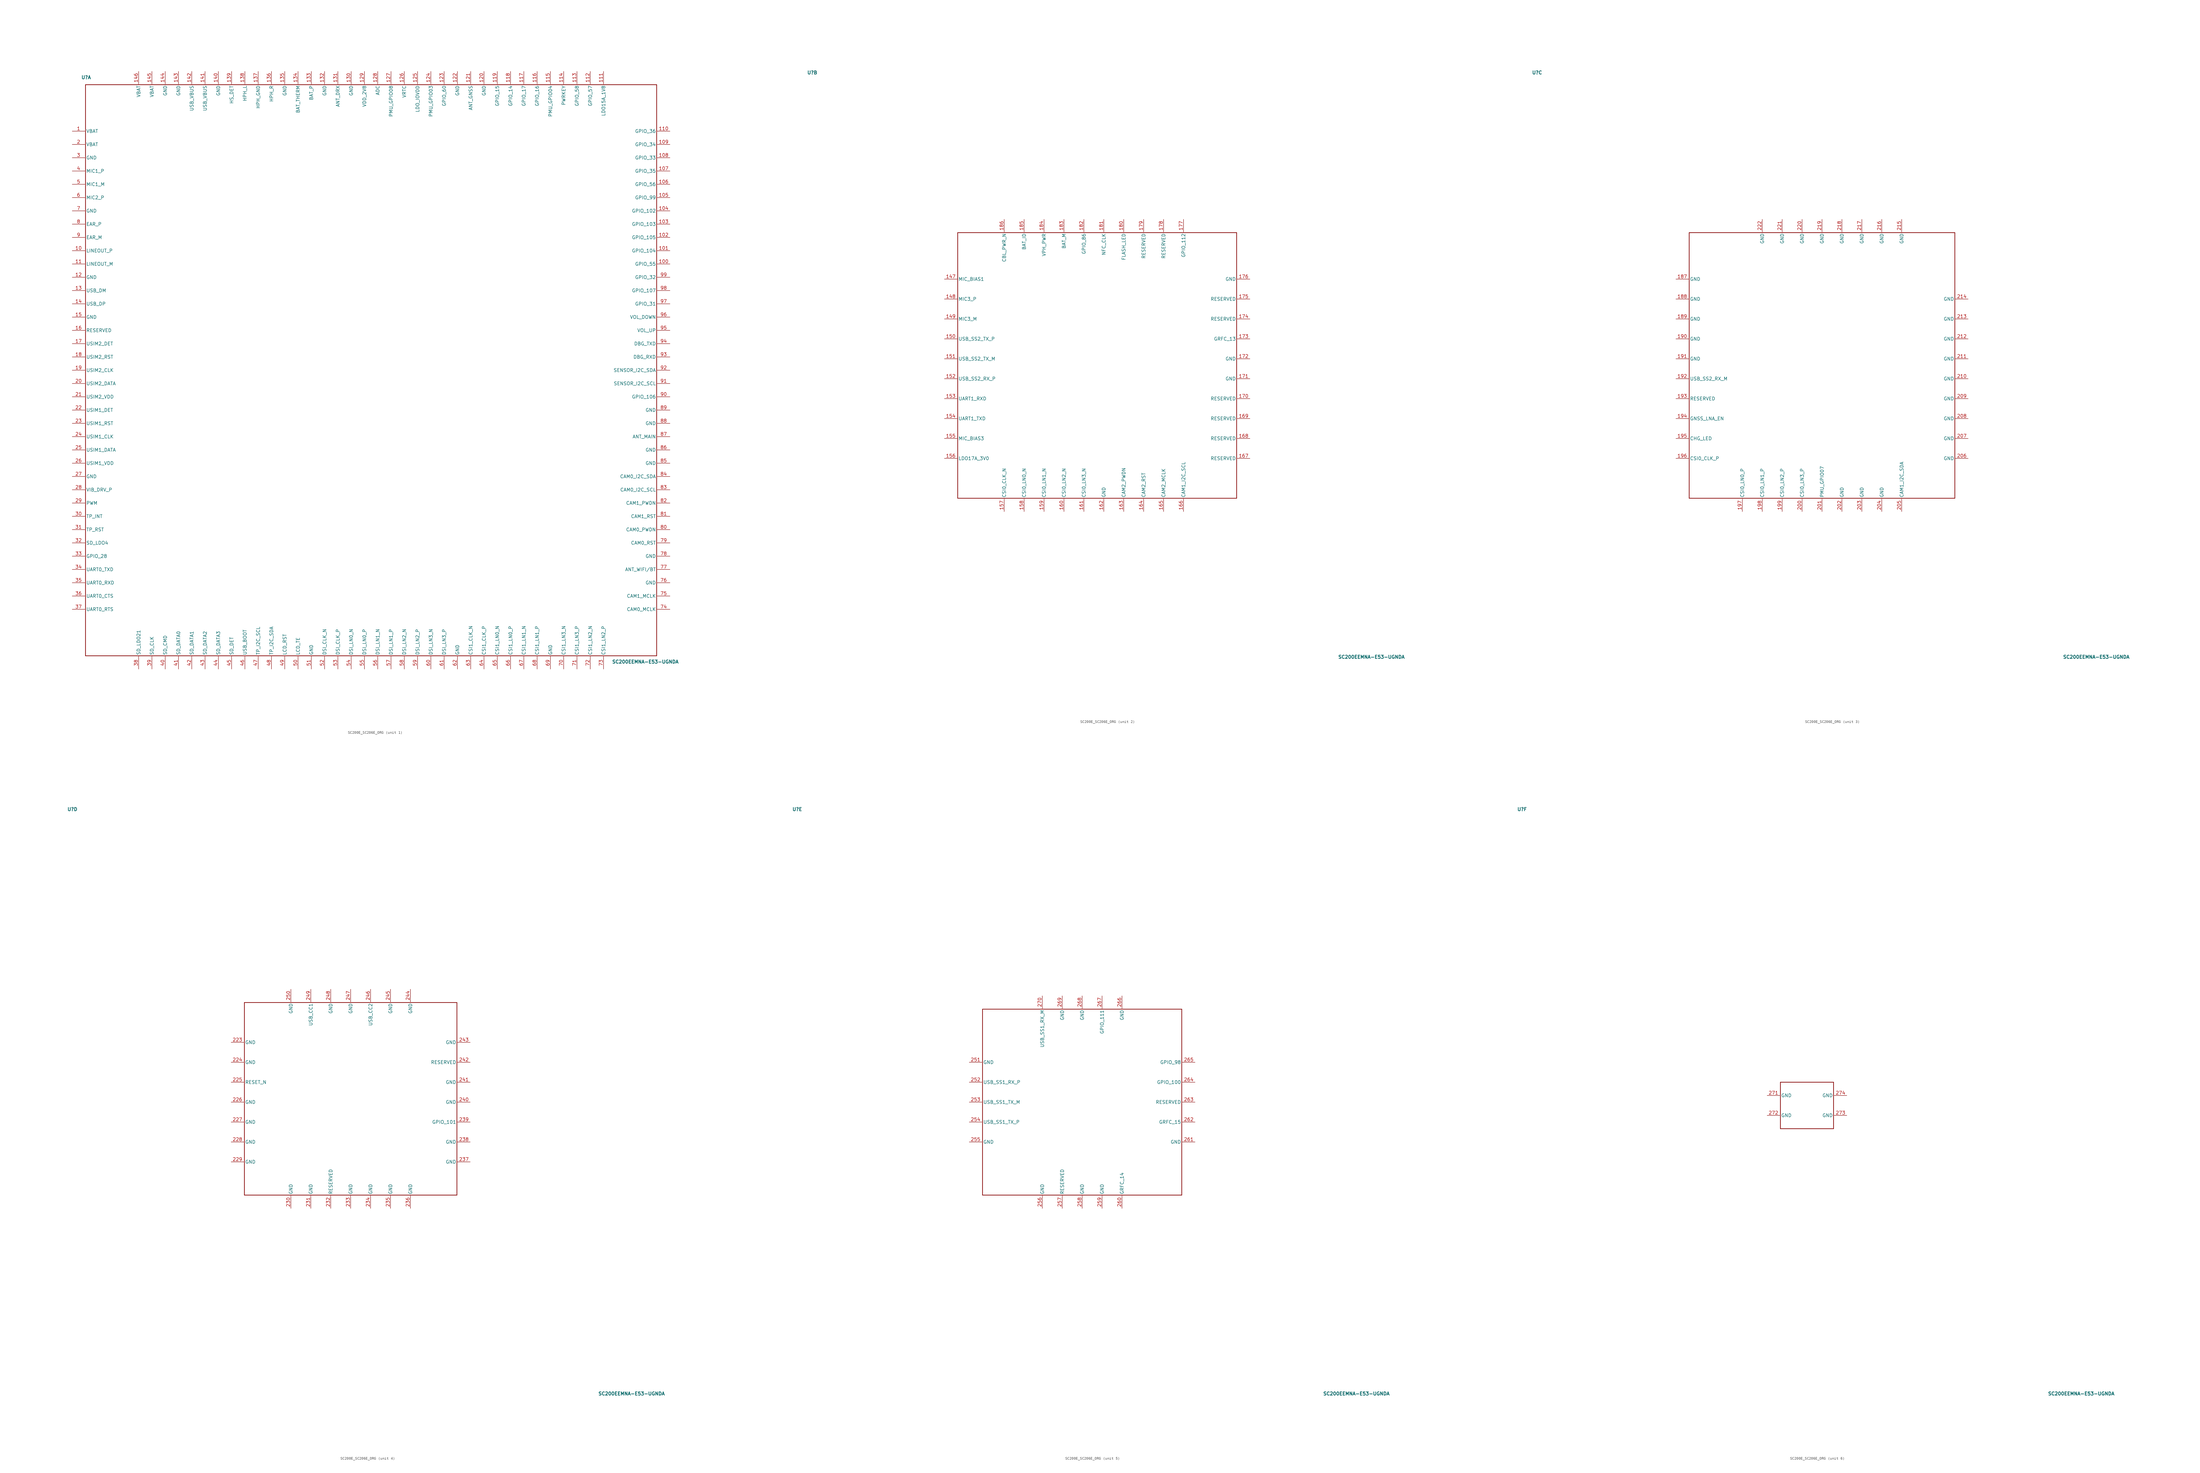
<source format=kicad_sym>
(kicad_symbol_lib
  (version 20241209)
  (generator "kicad_symbol_editor")
  (generator_version "9.0")
  (symbol "SC200E_SC206E_ORG"
    (property "Reference" "U"
      (at -108.966 112.014 0)
      (effects (font (size 1.27 1.27) (bold yes))))
    (property "Value" "SC200EEMNA-E53-UGNDA"
      (at 104.902 -111.506 0)
      (effects (font (size 1.27 1.27) (bold yes))))
    (symbol "SC200E_SC206E_ORG_1_0"
      (polyline (pts (xy -109.22 109.22) (xy -109.22 -109.22)) (stroke (width 0.254) (type solid)) (fill (type none)))
      (polyline (pts (xy -109.22 -109.22) (xy 109.22 -109.22)) (stroke (width 0.254) (type solid)) (fill (type none)))
      (polyline (pts (xy 109.22 109.22) (xy -109.22 109.22)) (stroke (width 0.254) (type solid)) (fill (type none)))
      (polyline (pts (xy 109.22 -109.22) (xy 109.22 109.22)) (stroke (width 0.254) (type solid)) (fill (type none)))
      (pin passive line (at -114.3 91.44 0) (length 4.826) (name "VBAT" (effects (font (size 1.27 1.27)))) (number "1" (effects (font (size 1.27 1.27)))))
      (pin passive line (at -114.3 86.36 0) (length 4.826) (name "VBAT" (effects (font (size 1.27 1.27)))) (number "2" (effects (font (size 1.27 1.27)))))
      (pin passive line (at -114.3 81.28 0) (length 4.826) (name "GND" (effects (font (size 1.27 1.27)))) (number "3" (effects (font (size 1.27 1.27)))))
      (pin passive line (at -114.3 76.2 0) (length 4.826) (name "MIC1_P" (effects (font (size 1.27 1.27)))) (number "4" (effects (font (size 1.27 1.27)))))
      (pin passive line (at -114.3 71.12 0) (length 4.826) (name "MIC1_M" (effects (font (size 1.27 1.27)))) (number "5" (effects (font (size 1.27 1.27)))))
      (pin passive line (at -114.3 66.04 0) (length 4.826) (name "MIC2_P" (effects (font (size 1.27 1.27)))) (number "6" (effects (font (size 1.27 1.27)))))
      (pin passive line (at -114.3 60.96 0) (length 4.826) (name "GND" (effects (font (size 1.27 1.27)))) (number "7" (effects (font (size 1.27 1.27)))))
      (pin passive line (at -114.3 55.88 0) (length 4.826) (name "EAR_P" (effects (font (size 1.27 1.27)))) (number "8" (effects (font (size 1.27 1.27)))))
      (pin passive line (at -114.3 50.8 0) (length 4.826) (name "EAR_M" (effects (font (size 1.27 1.27)))) (number "9" (effects (font (size 1.27 1.27)))))
      (pin passive line (at -114.3 45.72 0) (length 4.826) (name "LINEOUT_P" (effects (font (size 1.27 1.27)))) (number "10" (effects (font (size 1.27 1.27)))))
      (pin passive line (at -114.3 40.64 0) (length 4.826) (name "LINEOUT_M" (effects (font (size 1.27 1.27)))) (number "11" (effects (font (size 1.27 1.27)))))
      (pin passive line (at -114.3 35.56 0) (length 4.826) (name "GND" (effects (font (size 1.27 1.27)))) (number "12" (effects (font (size 1.27 1.27)))))
      (pin passive line (at -114.3 30.48 0) (length 4.826) (name "USB_DM" (effects (font (size 1.27 1.27)))) (number "13" (effects (font (size 1.27 1.27)))))
      (pin passive line (at -114.3 25.4 0) (length 4.826) (name "USB_DP" (effects (font (size 1.27 1.27)))) (number "14" (effects (font (size 1.27 1.27)))))
      (pin passive line (at -114.3 20.32 0) (length 4.826) (name "GND" (effects (font (size 1.27 1.27)))) (number "15" (effects (font (size 1.27 1.27)))))
      (pin passive line (at -114.3 15.24 0) (length 4.826) (name "RESERVED" (effects (font (size 1.27 1.27)))) (number "16" (effects (font (size 1.27 1.27)))))
      (pin passive line (at -114.3 10.16 0) (length 4.826) (name "USIM2_DET" (effects (font (size 1.27 1.27)))) (number "17" (effects (font (size 1.27 1.27)))))
      (pin passive line (at -114.3 5.08 0) (length 4.826) (name "USIM2_RST" (effects (font (size 1.27 1.27)))) (number "18" (effects (font (size 1.27 1.27)))))
      (pin passive line (at -114.3 0 0) (length 4.826) (name "USIM2_CLK" (effects (font (size 1.27 1.27)))) (number "19" (effects (font (size 1.27 1.27)))))
      (pin passive line (at -114.3 -5.08 0) (length 4.826) (name "USIM2_DATA" (effects (font (size 1.27 1.27)))) (number "20" (effects (font (size 1.27 1.27)))))
      (pin passive line (at -114.3 -10.16 0) (length 4.826) (name "USIM2_VDD" (effects (font (size 1.27 1.27)))) (number "21" (effects (font (size 1.27 1.27)))))
      (pin passive line (at -114.3 -15.24 0) (length 4.826) (name "USIM1_DET" (effects (font (size 1.27 1.27)))) (number "22" (effects (font (size 1.27 1.27)))))
      (pin passive line (at -114.3 -20.32 0) (length 4.826) (name "USIM1_RST" (effects (font (size 1.27 1.27)))) (number "23" (effects (font (size 1.27 1.27)))))
      (pin passive line (at -114.3 -25.4 0) (length 4.826) (name "USIM1_CLK" (effects (font (size 1.27 1.27)))) (number "24" (effects (font (size 1.27 1.27)))))
      (pin passive line (at -114.3 -30.48 0) (length 4.826) (name "USIM1_DATA" (effects (font (size 1.27 1.27)))) (number "25" (effects (font (size 1.27 1.27)))))
      (pin passive line (at -114.3 -35.56 0) (length 4.826) (name "USIM1_VDD" (effects (font (size 1.27 1.27)))) (number "26" (effects (font (size 1.27 1.27)))))
      (pin passive line (at -114.3 -40.64 0) (length 4.826) (name "GND" (effects (font (size 1.27 1.27)))) (number "27" (effects (font (size 1.27 1.27)))))
      (pin passive line (at -114.3 -45.72 0) (length 4.826) (name "VIB_DRV_P" (effects (font (size 1.27 1.27)))) (number "28" (effects (font (size 1.27 1.27)))))
      (pin passive line (at -114.3 -50.8 0) (length 4.826) (name "PWM" (effects (font (size 1.27 1.27)))) (number "29" (effects (font (size 1.27 1.27)))))
      (pin passive line (at -114.3 -55.88 0) (length 4.826) (name "TP_INT" (effects (font (size 1.27 1.27)))) (number "30" (effects (font (size 1.27 1.27)))))
      (pin passive line (at -114.3 -60.96 0) (length 4.826) (name "TP_RST" (effects (font (size 1.27 1.27)))) (number "31" (effects (font (size 1.27 1.27)))))
      (pin passive line (at -114.3 -66.04 0) (length 4.826) (name "SD_LDO4" (effects (font (size 1.27 1.27)))) (number "32" (effects (font (size 1.27 1.27)))))
      (pin passive line (at -114.3 -71.12 0) (length 4.826) (name "GPIO_28" (effects (font (size 1.27 1.27)))) (number "33" (effects (font (size 1.27 1.27)))))
      (pin passive line (at -114.3 -76.2 0) (length 4.826) (name "UART0_TXD" (effects (font (size 1.27 1.27)))) (number "34" (effects (font (size 1.27 1.27)))))
      (pin passive line (at -114.3 -81.28 0) (length 4.826) (name "UART0_RXD" (effects (font (size 1.27 1.27)))) (number "35" (effects (font (size 1.27 1.27)))))
      (pin passive line (at -114.3 -86.36 0) (length 4.826) (name "UART0_CTS" (effects (font (size 1.27 1.27)))) (number "36" (effects (font (size 1.27 1.27)))))
      (pin passive line (at -114.3 -91.44 0) (length 4.826) (name "UART0_RTS" (effects (font (size 1.27 1.27)))) (number "37" (effects (font (size 1.27 1.27)))))
      (pin passive line (at -88.9 114.3 270) (length 4.826) (name "VBAT" (effects (font (size 1.27 1.27)))) (number "146" (effects (font (size 1.27 1.27)))))
      (pin passive line (at -88.9 -114.3 90) (length 4.826) (name "SD_LDO21" (effects (font (size 1.27 1.27)))) (number "38" (effects (font (size 1.27 1.27)))))
      (pin passive line (at -83.82 114.3 270) (length 4.826) (name "VBAT" (effects (font (size 1.27 1.27)))) (number "145" (effects (font (size 1.27 1.27)))))
      (pin passive line (at -83.82 -114.3 90) (length 4.826) (name "SD_CLK" (effects (font (size 1.27 1.27)))) (number "39" (effects (font (size 1.27 1.27)))))
      (pin passive line (at -78.74 114.3 270) (length 4.826) (name "GND" (effects (font (size 1.27 1.27)))) (number "144" (effects (font (size 1.27 1.27)))))
      (pin passive line (at -78.74 -114.3 90) (length 4.826) (name "SD_CMD" (effects (font (size 1.27 1.27)))) (number "40" (effects (font (size 1.27 1.27)))))
      (pin passive line (at -73.66 114.3 270) (length 4.826) (name "GND" (effects (font (size 1.27 1.27)))) (number "143" (effects (font (size 1.27 1.27)))))
      (pin passive line (at -73.66 -114.3 90) (length 4.826) (name "SD_DATA0" (effects (font (size 1.27 1.27)))) (number "41" (effects (font (size 1.27 1.27)))))
      (pin passive line (at -68.58 114.3 270) (length 4.826) (name "USB_VBUS" (effects (font (size 1.27 1.27)))) (number "142" (effects (font (size 1.27 1.27)))))
      (pin passive line (at -68.58 -114.3 90) (length 4.826) (name "SD_DATA1" (effects (font (size 1.27 1.27)))) (number "42" (effects (font (size 1.27 1.27)))))
      (pin passive line (at -63.5 114.3 270) (length 4.826) (name "USB_VBUS" (effects (font (size 1.27 1.27)))) (number "141" (effects (font (size 1.27 1.27)))))
      (pin passive line (at -63.5 -114.3 90) (length 4.826) (name "SD_DATA2" (effects (font (size 1.27 1.27)))) (number "43" (effects (font (size 1.27 1.27)))))
      (pin passive line (at -58.42 114.3 270) (length 4.826) (name "GND" (effects (font (size 1.27 1.27)))) (number "140" (effects (font (size 1.27 1.27)))))
      (pin passive line (at -58.42 -114.3 90) (length 4.826) (name "SD_DATA3" (effects (font (size 1.27 1.27)))) (number "44" (effects (font (size 1.27 1.27)))))
      (pin passive line (at -53.34 114.3 270) (length 4.826) (name "HS_DET" (effects (font (size 1.27 1.27)))) (number "139" (effects (font (size 1.27 1.27)))))
      (pin passive line (at -53.34 -114.3 90) (length 4.826) (name "SD_DET" (effects (font (size 1.27 1.27)))) (number "45" (effects (font (size 1.27 1.27)))))
      (pin passive line (at -48.26 114.3 270) (length 4.826) (name "HPH_L" (effects (font (size 1.27 1.27)))) (number "138" (effects (font (size 1.27 1.27)))))
      (pin passive line (at -48.26 -114.3 90) (length 4.826) (name "USB_BOOT" (effects (font (size 1.27 1.27)))) (number "46" (effects (font (size 1.27 1.27)))))
      (pin passive line (at -43.18 114.3 270) (length 4.826) (name "HPH_GND" (effects (font (size 1.27 1.27)))) (number "137" (effects (font (size 1.27 1.27)))))
      (pin passive line (at -43.18 -114.3 90) (length 4.826) (name "TP_I2C_SCL" (effects (font (size 1.27 1.27)))) (number "47" (effects (font (size 1.27 1.27)))))
      (pin passive line (at -38.1 114.3 270) (length 4.826) (name "HPH_R" (effects (font (size 1.27 1.27)))) (number "136" (effects (font (size 1.27 1.27)))))
      (pin passive line (at -38.1 -114.3 90) (length 4.826) (name "TP_I2C_SDA" (effects (font (size 1.27 1.27)))) (number "48" (effects (font (size 1.27 1.27)))))
      (pin passive line (at -33.02 114.3 270) (length 4.826) (name "GND" (effects (font (size 1.27 1.27)))) (number "135" (effects (font (size 1.27 1.27)))))
      (pin passive line (at -33.02 -114.3 90) (length 4.826) (name "LCD_RST" (effects (font (size 1.27 1.27)))) (number "49" (effects (font (size 1.27 1.27)))))
      (pin passive line (at -27.94 114.3 270) (length 4.826) (name "BAT_THERM" (effects (font (size 1.27 1.27)))) (number "134" (effects (font (size 1.27 1.27)))))
      (pin passive line (at -27.94 -114.3 90) (length 4.826) (name "LCD_TE" (effects (font (size 1.27 1.27)))) (number "50" (effects (font (size 1.27 1.27)))))
      (pin passive line (at -22.86 114.3 270) (length 4.826) (name "BAT_P" (effects (font (size 1.27 1.27)))) (number "133" (effects (font (size 1.27 1.27)))))
      (pin passive line (at -22.86 -114.3 90) (length 4.826) (name "GND" (effects (font (size 1.27 1.27)))) (number "51" (effects (font (size 1.27 1.27)))))
      (pin passive line (at -17.78 114.3 270) (length 4.826) (name "GND" (effects (font (size 1.27 1.27)))) (number "132" (effects (font (size 1.27 1.27)))))
      (pin passive line (at -17.78 -114.3 90) (length 4.826) (name "DSI_CLK_N" (effects (font (size 1.27 1.27)))) (number "52" (effects (font (size 1.27 1.27)))))
      (pin passive line (at -12.7 114.3 270) (length 4.826) (name "ANT_DRX" (effects (font (size 1.27 1.27)))) (number "131" (effects (font (size 1.27 1.27)))))
      (pin passive line (at -12.7 -114.3 90) (length 4.826) (name "DSI_CLK_P" (effects (font (size 1.27 1.27)))) (number "53" (effects (font (size 1.27 1.27)))))
      (pin passive line (at -7.62 114.3 270) (length 4.826) (name "GND" (effects (font (size 1.27 1.27)))) (number "130" (effects (font (size 1.27 1.27)))))
      (pin passive line (at -7.62 -114.3 90) (length 4.826) (name "DSI_LN0_N" (effects (font (size 1.27 1.27)))) (number "54" (effects (font (size 1.27 1.27)))))
      (pin passive line (at -2.54 114.3 270) (length 4.826) (name "VDD_2V8" (effects (font (size 1.27 1.27)))) (number "129" (effects (font (size 1.27 1.27)))))
      (pin passive line (at -2.54 -114.3 90) (length 4.826) (name "DSI_LN0_P" (effects (font (size 1.27 1.27)))) (number "55" (effects (font (size 1.27 1.27)))))
      (pin passive line (at 2.54 114.3 270) (length 4.826) (name "ADC" (effects (font (size 1.27 1.27)))) (number "128" (effects (font (size 1.27 1.27)))))
      (pin passive line (at 2.54 -114.3 90) (length 4.826) (name "DSI_LN1_N" (effects (font (size 1.27 1.27)))) (number "56" (effects (font (size 1.27 1.27)))))
      (pin passive line (at 7.62 114.3 270) (length 4.826) (name "PMU_GPIO08" (effects (font (size 1.27 1.27)))) (number "127" (effects (font (size 1.27 1.27)))))
      (pin passive line (at 7.62 -114.3 90) (length 4.826) (name "DSI_LN1_P" (effects (font (size 1.27 1.27)))) (number "57" (effects (font (size 1.27 1.27)))))
      (pin passive line (at 12.7 114.3 270) (length 4.826) (name "VRTC" (effects (font (size 1.27 1.27)))) (number "126" (effects (font (size 1.27 1.27)))))
      (pin passive line (at 12.7 -114.3 90) (length 4.826) (name "DSI_LN2_N" (effects (font (size 1.27 1.27)))) (number "58" (effects (font (size 1.27 1.27)))))
      (pin passive line (at 17.78 114.3 270) (length 4.826) (name "LDO_IOVDD" (effects (font (size 1.27 1.27)))) (number "125" (effects (font (size 1.27 1.27)))))
      (pin passive line (at 17.78 -114.3 90) (length 4.826) (name "DSI_LN2_P" (effects (font (size 1.27 1.27)))) (number "59" (effects (font (size 1.27 1.27)))))
      (pin passive line (at 22.86 114.3 270) (length 4.826) (name "PMU_GPIO03" (effects (font (size 1.27 1.27)))) (number "124" (effects (font (size 1.27 1.27)))))
      (pin passive line (at 22.86 -114.3 90) (length 4.826) (name "DSI_LN3_N" (effects (font (size 1.27 1.27)))) (number "60" (effects (font (size 1.27 1.27)))))
      (pin passive line (at 27.94 114.3 270) (length 4.826) (name "GPIO_60" (effects (font (size 1.27 1.27)))) (number "123" (effects (font (size 1.27 1.27)))))
      (pin passive line (at 27.94 -114.3 90) (length 4.826) (name "DSI_LN3_P" (effects (font (size 1.27 1.27)))) (number "61" (effects (font (size 1.27 1.27)))))
      (pin passive line (at 33.02 114.3 270) (length 4.826) (name "GND" (effects (font (size 1.27 1.27)))) (number "122" (effects (font (size 1.27 1.27)))))
      (pin passive line (at 33.02 -114.3 90) (length 4.826) (name "GND" (effects (font (size 1.27 1.27)))) (number "62" (effects (font (size 1.27 1.27)))))
      (pin passive line (at 38.1 114.3 270) (length 4.826) (name "ANT_GNSS" (effects (font (size 1.27 1.27)))) (number "121" (effects (font (size 1.27 1.27)))))
      (pin passive line (at 38.1 -114.3 90) (length 4.826) (name "CSI1_CLK_N" (effects (font (size 1.27 1.27)))) (number "63" (effects (font (size 1.27 1.27)))))
      (pin passive line (at 43.18 114.3 270) (length 4.826) (name "GND" (effects (font (size 1.27 1.27)))) (number "120" (effects (font (size 1.27 1.27)))))
      (pin passive line (at 43.18 -114.3 90) (length 4.826) (name "CSI1_CLK_P" (effects (font (size 1.27 1.27)))) (number "64" (effects (font (size 1.27 1.27)))))
      (pin passive line (at 48.26 114.3 270) (length 4.826) (name "GPIO_15" (effects (font (size 1.27 1.27)))) (number "119" (effects (font (size 1.27 1.27)))))
      (pin passive line (at 48.26 -114.3 90) (length 4.826) (name "CSI1_LN0_N" (effects (font (size 1.27 1.27)))) (number "65" (effects (font (size 1.27 1.27)))))
      (pin passive line (at 53.34 114.3 270) (length 4.826) (name "GPIO_14" (effects (font (size 1.27 1.27)))) (number "118" (effects (font (size 1.27 1.27)))))
      (pin passive line (at 53.34 -114.3 90) (length 4.826) (name "CSI1_LN0_P" (effects (font (size 1.27 1.27)))) (number "66" (effects (font (size 1.27 1.27)))))
      (pin passive line (at 58.42 114.3 270) (length 4.826) (name "GPIO_17" (effects (font (size 1.27 1.27)))) (number "117" (effects (font (size 1.27 1.27)))))
      (pin passive line (at 58.42 -114.3 90) (length 4.826) (name "CSI1_LN1_N" (effects (font (size 1.27 1.27)))) (number "67" (effects (font (size 1.27 1.27)))))
      (pin passive line (at 63.5 114.3 270) (length 4.826) (name "GPIO_16" (effects (font (size 1.27 1.27)))) (number "116" (effects (font (size 1.27 1.27)))))
      (pin passive line (at 63.5 -114.3 90) (length 4.826) (name "CSI1_LN1_P" (effects (font (size 1.27 1.27)))) (number "68" (effects (font (size 1.27 1.27)))))
      (pin passive line (at 68.58 114.3 270) (length 4.826) (name "PMU_GPIO04" (effects (font (size 1.27 1.27)))) (number "115" (effects (font (size 1.27 1.27)))))
      (pin passive line (at 68.58 -114.3 90) (length 4.826) (name "GND" (effects (font (size 1.27 1.27)))) (number "69" (effects (font (size 1.27 1.27)))))
      (pin passive line (at 73.66 114.3 270) (length 4.826) (name "PWRKEY" (effects (font (size 1.27 1.27)))) (number "114" (effects (font (size 1.27 1.27)))))
      (pin passive line (at 73.66 -114.3 90) (length 4.826) (name "CSI1_LN3_N" (effects (font (size 1.27 1.27)))) (number "70" (effects (font (size 1.27 1.27)))))
      (pin passive line (at 78.74 114.3 270) (length 4.826) (name "GPIO_58" (effects (font (size 1.27 1.27)))) (number "113" (effects (font (size 1.27 1.27)))))
      (pin passive line (at 78.74 -114.3 90) (length 4.826) (name "CSI1_LN3_P" (effects (font (size 1.27 1.27)))) (number "71" (effects (font (size 1.27 1.27)))))
      (pin passive line (at 83.82 114.3 270) (length 4.826) (name "GPIO_57" (effects (font (size 1.27 1.27)))) (number "112" (effects (font (size 1.27 1.27)))))
      (pin passive line (at 83.82 -114.3 90) (length 4.826) (name "CSI1_LN2_N" (effects (font (size 1.27 1.27)))) (number "72" (effects (font (size 1.27 1.27)))))
      (pin passive line (at 88.9 114.3 270) (length 4.826) (name "LDO15A_1V8" (effects (font (size 1.27 1.27)))) (number "111" (effects (font (size 1.27 1.27)))))
      (pin passive line (at 88.9 -114.3 90) (length 4.826) (name "CSI1_LN2_P" (effects (font (size 1.27 1.27)))) (number "73" (effects (font (size 1.27 1.27)))))
      (pin passive line (at 114.3 91.44 180) (length 4.826) (name "GPIO_36" (effects (font (size 1.27 1.27)))) (number "110" (effects (font (size 1.27 1.27)))))
      (pin passive line (at 114.3 86.36 180) (length 4.826) (name "GPIO_34" (effects (font (size 1.27 1.27)))) (number "109" (effects (font (size 1.27 1.27)))))
      (pin passive line (at 114.3 81.28 180) (length 4.826) (name "GPIO_33" (effects (font (size 1.27 1.27)))) (number "108" (effects (font (size 1.27 1.27)))))
      (pin passive line (at 114.3 76.2 180) (length 4.826) (name "GPIO_35" (effects (font (size 1.27 1.27)))) (number "107" (effects (font (size 1.27 1.27)))))
      (pin passive line (at 114.3 71.12 180) (length 4.826) (name "GPIO_56" (effects (font (size 1.27 1.27)))) (number "106" (effects (font (size 1.27 1.27)))))
      (pin passive line (at 114.3 66.04 180) (length 4.826) (name "GPIO_99" (effects (font (size 1.27 1.27)))) (number "105" (effects (font (size 1.27 1.27)))))
      (pin passive line (at 114.3 60.96 180) (length 4.826) (name "GPIO_102" (effects (font (size 1.27 1.27)))) (number "104" (effects (font (size 1.27 1.27)))))
      (pin passive line (at 114.3 55.88 180) (length 4.826) (name "GPIO_103" (effects (font (size 1.27 1.27)))) (number "103" (effects (font (size 1.27 1.27)))))
      (pin passive line (at 114.3 50.8 180) (length 4.826) (name "GPIO_105" (effects (font (size 1.27 1.27)))) (number "102" (effects (font (size 1.27 1.27)))))
      (pin passive line (at 114.3 45.72 180) (length 4.826) (name "GPIO_104" (effects (font (size 1.27 1.27)))) (number "101" (effects (font (size 1.27 1.27)))))
      (pin passive line (at 114.3 40.64 180) (length 4.826) (name "GPIO_55" (effects (font (size 1.27 1.27)))) (number "100" (effects (font (size 1.27 1.27)))))
      (pin passive line (at 114.3 35.56 180) (length 4.826) (name "GPIO_32" (effects (font (size 1.27 1.27)))) (number "99" (effects (font (size 1.27 1.27)))))
      (pin passive line (at 114.3 30.48 180) (length 4.826) (name "GPIO_107" (effects (font (size 1.27 1.27)))) (number "98" (effects (font (size 1.27 1.27)))))
      (pin passive line (at 114.3 25.4 180) (length 4.826) (name "GPIO_31" (effects (font (size 1.27 1.27)))) (number "97" (effects (font (size 1.27 1.27)))))
      (pin passive line (at 114.3 20.32 180) (length 4.826) (name "VOL_DOWN" (effects (font (size 1.27 1.27)))) (number "96" (effects (font (size 1.27 1.27)))))
      (pin passive line (at 114.3 15.24 180) (length 4.826) (name "VOL_UP" (effects (font (size 1.27 1.27)))) (number "95" (effects (font (size 1.27 1.27)))))
      (pin passive line (at 114.3 10.16 180) (length 4.826) (name "DBG_TXD" (effects (font (size 1.27 1.27)))) (number "94" (effects (font (size 1.27 1.27)))))
      (pin passive line (at 114.3 5.08 180) (length 4.826) (name "DBG_RXD" (effects (font (size 1.27 1.27)))) (number "93" (effects (font (size 1.27 1.27)))))
      (pin passive line (at 114.3 0 180) (length 4.826) (name "SENSOR_I2C_SDA" (effects (font (size 1.27 1.27)))) (number "92" (effects (font (size 1.27 1.27)))))
      (pin passive line (at 114.3 -5.08 180) (length 4.826) (name "SENSOR_I2C_SCL" (effects (font (size 1.27 1.27)))) (number "91" (effects (font (size 1.27 1.27)))))
      (pin passive line (at 114.3 -10.16 180) (length 4.826) (name "GPIO_106" (effects (font (size 1.27 1.27)))) (number "90" (effects (font (size 1.27 1.27)))))
      (pin passive line (at 114.3 -15.24 180) (length 4.826) (name "GND" (effects (font (size 1.27 1.27)))) (number "89" (effects (font (size 1.27 1.27)))))
      (pin passive line (at 114.3 -20.32 180) (length 4.826) (name "GND" (effects (font (size 1.27 1.27)))) (number "88" (effects (font (size 1.27 1.27)))))
      (pin passive line (at 114.3 -25.4 180) (length 4.826) (name "ANT_MAIN" (effects (font (size 1.27 1.27)))) (number "87" (effects (font (size 1.27 1.27)))))
      (pin passive line (at 114.3 -30.48 180) (length 4.826) (name "GND" (effects (font (size 1.27 1.27)))) (number "86" (effects (font (size 1.27 1.27)))))
      (pin passive line (at 114.3 -35.56 180) (length 4.826) (name "GND" (effects (font (size 1.27 1.27)))) (number "85" (effects (font (size 1.27 1.27)))))
      (pin passive line (at 114.3 -40.64 180) (length 4.826) (name "CAM0_I2C_SDA" (effects (font (size 1.27 1.27)))) (number "84" (effects (font (size 1.27 1.27)))))
      (pin passive line (at 114.3 -45.72 180) (length 4.826) (name "CAM0_I2C_SCL" (effects (font (size 1.27 1.27)))) (number "83" (effects (font (size 1.27 1.27)))))
      (pin passive line (at 114.3 -50.8 180) (length 4.826) (name "CAM1_PWDN" (effects (font (size 1.27 1.27)))) (number "82" (effects (font (size 1.27 1.27)))))
      (pin passive line (at 114.3 -55.88 180) (length 4.826) (name "CAM1_RST" (effects (font (size 1.27 1.27)))) (number "81" (effects (font (size 1.27 1.27)))))
      (pin passive line (at 114.3 -60.96 180) (length 4.826) (name "CAM0_PWDN" (effects (font (size 1.27 1.27)))) (number "80" (effects (font (size 1.27 1.27)))))
      (pin passive line (at 114.3 -66.04 180) (length 4.826) (name "CAM0_RST" (effects (font (size 1.27 1.27)))) (number "79" (effects (font (size 1.27 1.27)))))
      (pin passive line (at 114.3 -71.12 180) (length 4.826) (name "GND" (effects (font (size 1.27 1.27)))) (number "78" (effects (font (size 1.27 1.27)))))
      (pin passive line (at 114.3 -76.2 180) (length 4.826) (name "ANT_WIFI/BT" (effects (font (size 1.27 1.27)))) (number "77" (effects (font (size 1.27 1.27)))))
      (pin passive line (at 114.3 -81.28 180) (length 4.826) (name "GND" (effects (font (size 1.27 1.27)))) (number "76" (effects (font (size 1.27 1.27)))))
      (pin passive line (at 114.3 -86.36 180) (length 4.826) (name "CAM1_MCLK" (effects (font (size 1.27 1.27)))) (number "75" (effects (font (size 1.27 1.27)))))
      (pin passive line (at 114.3 -91.44 180) (length 4.826) (name "CAM0_MCLK" (effects (font (size 1.27 1.27)))) (number "74" (effects (font (size 1.27 1.27))))))
    (symbol "SC200E_SC206E_ORG_2_0"
      (polyline (pts (xy -53.34 50.8) (xy -53.34 -50.8)) (stroke (width 0.254) (type solid)) (fill (type none)))
      (polyline (pts (xy -53.34 -50.8) (xy 53.34 -50.8)) (stroke (width 0.254) (type solid)) (fill (type none)))
      (polyline (pts (xy 53.34 50.8) (xy -53.34 50.8)) (stroke (width 0.254) (type solid)) (fill (type none)))
      (polyline (pts (xy 53.34 -50.8) (xy 53.34 50.8)) (stroke (width 0.254) (type solid)) (fill (type none)))
      (pin passive line (at -58.42 33.02 0) (length 4.826) (name "MIC_BIAS1" (effects (font (size 1.27 1.27)))) (number "147" (effects (font (size 1.27 1.27)))))
      (pin passive line (at -58.42 25.4 0) (length 4.826) (name "MIC3_P" (effects (font (size 1.27 1.27)))) (number "148" (effects (font (size 1.27 1.27)))))
      (pin passive line (at -58.42 17.78 0) (length 4.826) (name "MIC3_M" (effects (font (size 1.27 1.27)))) (number "149" (effects (font (size 1.27 1.27)))))
      (pin passive line (at -58.42 10.16 0) (length 4.826) (name "USB_SS2_TX_P" (effects (font (size 1.27 1.27)))) (number "150" (effects (font (size 1.27 1.27)))))
      (pin passive line (at -58.42 2.54 0) (length 4.826) (name "USB_SS2_TX_M" (effects (font (size 1.27 1.27)))) (number "151" (effects (font (size 1.27 1.27)))))
      (pin passive line (at -58.42 -5.08 0) (length 4.826) (name "USB_SS2_RX_P" (effects (font (size 1.27 1.27)))) (number "152" (effects (font (size 1.27 1.27)))))
      (pin passive line (at -58.42 -12.7 0) (length 4.826) (name "UART1_RXD" (effects (font (size 1.27 1.27)))) (number "153" (effects (font (size 1.27 1.27)))))
      (pin passive line (at -58.42 -20.32 0) (length 4.826) (name "UART1_TXD" (effects (font (size 1.27 1.27)))) (number "154" (effects (font (size 1.27 1.27)))))
      (pin passive line (at -58.42 -27.94 0) (length 4.826) (name "MIC_BIAS3" (effects (font (size 1.27 1.27)))) (number "155" (effects (font (size 1.27 1.27)))))
      (pin passive line (at -58.42 -35.56 0) (length 4.826) (name "LDO17A_3V0" (effects (font (size 1.27 1.27)))) (number "156" (effects (font (size 1.27 1.27)))))
      (pin passive line (at -35.56 55.88 270) (length 4.826) (name "CBL_PWR_N" (effects (font (size 1.27 1.27)))) (number "186" (effects (font (size 1.27 1.27)))))
      (pin passive line (at -35.56 -55.88 90) (length 4.826) (name "CSI0_CLK_N" (effects (font (size 1.27 1.27)))) (number "157" (effects (font (size 1.27 1.27)))))
      (pin passive line (at -27.94 55.88 270) (length 4.826) (name "BAT_ID" (effects (font (size 1.27 1.27)))) (number "185" (effects (font (size 1.27 1.27)))))
      (pin passive line (at -27.94 -55.88 90) (length 4.826) (name "CSI0_LN0_N" (effects (font (size 1.27 1.27)))) (number "158" (effects (font (size 1.27 1.27)))))
      (pin passive line (at -20.32 55.88 270) (length 4.826) (name "VPH_PWR" (effects (font (size 1.27 1.27)))) (number "184" (effects (font (size 1.27 1.27)))))
      (pin passive line (at -20.32 -55.88 90) (length 4.826) (name "CSI0_LN1_N" (effects (font (size 1.27 1.27)))) (number "159" (effects (font (size 1.27 1.27)))))
      (pin passive line (at -12.7 55.88 270) (length 4.826) (name "BAT_M" (effects (font (size 1.27 1.27)))) (number "183" (effects (font (size 1.27 1.27)))))
      (pin passive line (at -12.7 -55.88 90) (length 4.826) (name "CSI0_LN2_N" (effects (font (size 1.27 1.27)))) (number "160" (effects (font (size 1.27 1.27)))))
      (pin passive line (at -5.08 55.88 270) (length 4.826) (name "GPIO_86" (effects (font (size 1.27 1.27)))) (number "182" (effects (font (size 1.27 1.27)))))
      (pin passive line (at -5.08 -55.88 90) (length 4.826) (name "CSI0_LN3_N" (effects (font (size 1.27 1.27)))) (number "161" (effects (font (size 1.27 1.27)))))
      (pin passive line (at 2.54 55.88 270) (length 4.826) (name "NFC_CLK" (effects (font (size 1.27 1.27)))) (number "181" (effects (font (size 1.27 1.27)))))
      (pin passive line (at 2.54 -55.88 90) (length 4.826) (name "GND" (effects (font (size 1.27 1.27)))) (number "162" (effects (font (size 1.27 1.27)))))
      (pin passive line (at 10.16 55.88 270) (length 4.826) (name "FLASH_LED" (effects (font (size 1.27 1.27)))) (number "180" (effects (font (size 1.27 1.27)))))
      (pin passive line (at 10.16 -55.88 90) (length 4.826) (name "CAM2_PWDN" (effects (font (size 1.27 1.27)))) (number "163" (effects (font (size 1.27 1.27)))))
      (pin passive line (at 17.78 55.88 270) (length 4.826) (name "RESERVED" (effects (font (size 1.27 1.27)))) (number "179" (effects (font (size 1.27 1.27)))))
      (pin passive line (at 17.78 -55.88 90) (length 4.826) (name "CAM2_RST" (effects (font (size 1.27 1.27)))) (number "164" (effects (font (size 1.27 1.27)))))
      (pin passive line (at 25.4 55.88 270) (length 4.826) (name "RESERVED" (effects (font (size 1.27 1.27)))) (number "178" (effects (font (size 1.27 1.27)))))
      (pin passive line (at 25.4 -55.88 90) (length 4.826) (name "CAM2_MCLK" (effects (font (size 1.27 1.27)))) (number "165" (effects (font (size 1.27 1.27)))))
      (pin passive line (at 33.02 55.88 270) (length 4.826) (name "GPIO_112" (effects (font (size 1.27 1.27)))) (number "177" (effects (font (size 1.27 1.27)))))
      (pin passive line (at 33.02 -55.88 90) (length 4.826) (name "CAM1_I2C_SCL" (effects (font (size 1.27 1.27)))) (number "166" (effects (font (size 1.27 1.27)))))
      (pin passive line (at 58.42 33.02 180) (length 4.826) (name "GND" (effects (font (size 1.27 1.27)))) (number "176" (effects (font (size 1.27 1.27)))))
      (pin passive line (at 58.42 25.4 180) (length 4.826) (name "RESERVED" (effects (font (size 1.27 1.27)))) (number "175" (effects (font (size 1.27 1.27)))))
      (pin passive line (at 58.42 17.78 180) (length 4.826) (name "RESERVED" (effects (font (size 1.27 1.27)))) (number "174" (effects (font (size 1.27 1.27)))))
      (pin passive line (at 58.42 10.16 180) (length 4.826) (name "GRFC_13" (effects (font (size 1.27 1.27)))) (number "173" (effects (font (size 1.27 1.27)))))
      (pin passive line (at 58.42 2.54 180) (length 4.826) (name "GND" (effects (font (size 1.27 1.27)))) (number "172" (effects (font (size 1.27 1.27)))))
      (pin passive line (at 58.42 -5.08 180) (length 4.826) (name "GND" (effects (font (size 1.27 1.27)))) (number "171" (effects (font (size 1.27 1.27)))))
      (pin passive line (at 58.42 -12.7 180) (length 4.826) (name "RESERVED" (effects (font (size 1.27 1.27)))) (number "170" (effects (font (size 1.27 1.27)))))
      (pin passive line (at 58.42 -20.32 180) (length 4.826) (name "RESERVED" (effects (font (size 1.27 1.27)))) (number "169" (effects (font (size 1.27 1.27)))))
      (pin passive line (at 58.42 -27.94 180) (length 4.826) (name "RESERVED" (effects (font (size 1.27 1.27)))) (number "168" (effects (font (size 1.27 1.27)))))
      (pin passive line (at 58.42 -35.56 180) (length 4.826) (name "RESERVED" (effects (font (size 1.27 1.27)))) (number "167" (effects (font (size 1.27 1.27))))))
    (symbol "SC200E_SC206E_ORG_3_0"
      (polyline (pts (xy -50.8 50.8) (xy 50.8 50.8)) (stroke (width 0.254) (type solid)) (fill (type none)))
      (polyline (pts (xy -50.8 -50.8) (xy -50.8 50.8)) (stroke (width 0.254) (type solid)) (fill (type none)))
      (polyline (pts (xy 50.8 50.8) (xy 50.8 -50.8)) (stroke (width 0.254) (type solid)) (fill (type none)))
      (polyline (pts (xy 50.8 -50.8) (xy -50.8 -50.8)) (stroke (width 0.254) (type solid)) (fill (type none)))
      (pin passive line (at -55.88 33.02 0) (length 4.826) (name "GND" (effects (font (size 1.27 1.27)))) (number "187" (effects (font (size 1.27 1.27)))))
      (pin passive line (at -55.88 25.4 0) (length 4.826) (name "GND" (effects (font (size 1.27 1.27)))) (number "188" (effects (font (size 1.27 1.27)))))
      (pin passive line (at -55.88 17.78 0) (length 4.826) (name "GND" (effects (font (size 1.27 1.27)))) (number "189" (effects (font (size 1.27 1.27)))))
      (pin passive line (at -55.88 10.16 0) (length 4.826) (name "GND" (effects (font (size 1.27 1.27)))) (number "190" (effects (font (size 1.27 1.27)))))
      (pin passive line (at -55.88 2.54 0) (length 4.826) (name "GND" (effects (font (size 1.27 1.27)))) (number "191" (effects (font (size 1.27 1.27)))))
      (pin passive line (at -55.88 -5.08 0) (length 4.826) (name "USB_SS2_RX_M" (effects (font (size 1.27 1.27)))) (number "192" (effects (font (size 1.27 1.27)))))
      (pin passive line (at -55.88 -12.7 0) (length 4.826) (name "RESERVED" (effects (font (size 1.27 1.27)))) (number "193" (effects (font (size 1.27 1.27)))))
      (pin passive line (at -55.88 -20.32 0) (length 4.826) (name "GNSS_LNA_EN" (effects (font (size 1.27 1.27)))) (number "194" (effects (font (size 1.27 1.27)))))
      (pin passive line (at -55.88 -27.94 0) (length 4.826) (name "CHG_LED" (effects (font (size 1.27 1.27)))) (number "195" (effects (font (size 1.27 1.27)))))
      (pin passive line (at -55.88 -35.56 0) (length 4.826) (name "CSI0_CLK_P" (effects (font (size 1.27 1.27)))) (number "196" (effects (font (size 1.27 1.27)))))
      (pin passive line (at -30.48 -55.88 90) (length 4.826) (name "CSI0_LN0_P" (effects (font (size 1.27 1.27)))) (number "197" (effects (font (size 1.27 1.27)))))
      (pin passive line (at -22.86 55.88 270) (length 4.826) (name "GND" (effects (font (size 1.27 1.27)))) (number "222" (effects (font (size 1.27 1.27)))))
      (pin passive line (at -22.86 -55.88 90) (length 4.826) (name "CSI0_LN1_P" (effects (font (size 1.27 1.27)))) (number "198" (effects (font (size 1.27 1.27)))))
      (pin passive line (at -15.24 55.88 270) (length 4.826) (name "GND" (effects (font (size 1.27 1.27)))) (number "221" (effects (font (size 1.27 1.27)))))
      (pin passive line (at -15.24 -55.88 90) (length 4.826) (name "CSI0_LN2_P" (effects (font (size 1.27 1.27)))) (number "199" (effects (font (size 1.27 1.27)))))
      (pin passive line (at -7.62 55.88 270) (length 4.826) (name "GND" (effects (font (size 1.27 1.27)))) (number "220" (effects (font (size 1.27 1.27)))))
      (pin passive line (at -7.62 -55.88 90) (length 4.826) (name "CSI0_LN3_P" (effects (font (size 1.27 1.27)))) (number "200" (effects (font (size 1.27 1.27)))))
      (pin passive line (at 0 55.88 270) (length 4.826) (name "GND" (effects (font (size 1.27 1.27)))) (number "219" (effects (font (size 1.27 1.27)))))
      (pin passive line (at 0 -55.88 90) (length 4.826) (name "PMU_GPIO07" (effects (font (size 1.27 1.27)))) (number "201" (effects (font (size 1.27 1.27)))))
      (pin passive line (at 7.62 55.88 270) (length 4.826) (name "GND" (effects (font (size 1.27 1.27)))) (number "218" (effects (font (size 1.27 1.27)))))
      (pin passive line (at 7.62 -55.88 90) (length 4.826) (name "GND" (effects (font (size 1.27 1.27)))) (number "202" (effects (font (size 1.27 1.27)))))
      (pin passive line (at 15.24 55.88 270) (length 4.826) (name "GND" (effects (font (size 1.27 1.27)))) (number "217" (effects (font (size 1.27 1.27)))))
      (pin passive line (at 15.24 -55.88 90) (length 4.826) (name "GND" (effects (font (size 1.27 1.27)))) (number "203" (effects (font (size 1.27 1.27)))))
      (pin passive line (at 22.86 55.88 270) (length 4.826) (name "GND" (effects (font (size 1.27 1.27)))) (number "216" (effects (font (size 1.27 1.27)))))
      (pin passive line (at 22.86 -55.88 90) (length 4.826) (name "GND" (effects (font (size 1.27 1.27)))) (number "204" (effects (font (size 1.27 1.27)))))
      (pin passive line (at 30.48 55.88 270) (length 4.826) (name "GND" (effects (font (size 1.27 1.27)))) (number "215" (effects (font (size 1.27 1.27)))))
      (pin passive line (at 30.48 -55.88 90) (length 4.826) (name "CAM1_I2C_SDA" (effects (font (size 1.27 1.27)))) (number "205" (effects (font (size 1.27 1.27)))))
      (pin passive line (at 55.88 25.4 180) (length 4.826) (name "GND" (effects (font (size 1.27 1.27)))) (number "214" (effects (font (size 1.27 1.27)))))
      (pin passive line (at 55.88 17.78 180) (length 4.826) (name "GND" (effects (font (size 1.27 1.27)))) (number "213" (effects (font (size 1.27 1.27)))))
      (pin passive line (at 55.88 10.16 180) (length 4.826) (name "GND" (effects (font (size 1.27 1.27)))) (number "212" (effects (font (size 1.27 1.27)))))
      (pin passive line (at 55.88 2.54 180) (length 4.826) (name "GND" (effects (font (size 1.27 1.27)))) (number "211" (effects (font (size 1.27 1.27)))))
      (pin passive line (at 55.88 -5.08 180) (length 4.826) (name "GND" (effects (font (size 1.27 1.27)))) (number "210" (effects (font (size 1.27 1.27)))))
      (pin passive line (at 55.88 -12.7 180) (length 4.826) (name "GND" (effects (font (size 1.27 1.27)))) (number "209" (effects (font (size 1.27 1.27)))))
      (pin passive line (at 55.88 -20.32 180) (length 4.826) (name "GND" (effects (font (size 1.27 1.27)))) (number "208" (effects (font (size 1.27 1.27)))))
      (pin passive line (at 55.88 -27.94 180) (length 4.826) (name "GND" (effects (font (size 1.27 1.27)))) (number "207" (effects (font (size 1.27 1.27)))))
      (pin passive line (at 55.88 -35.56 180) (length 4.826) (name "GND" (effects (font (size 1.27 1.27)))) (number "206" (effects (font (size 1.27 1.27))))))
    (symbol "SC200E_SC206E_ORG_4_0"
      (polyline (pts (xy -43.18 38.1) (xy 38.1 38.1)) (stroke (width 0.254) (type solid)) (fill (type none)))
      (polyline (pts (xy -43.18 -35.56) (xy -43.18 38.1)) (stroke (width 0.254) (type solid)) (fill (type none)))
      (polyline (pts (xy 38.1 38.1) (xy 38.1 -35.56)) (stroke (width 0.254) (type solid)) (fill (type none)))
      (polyline (pts (xy 38.1 -35.56) (xy -43.18 -35.56)) (stroke (width 0.254) (type solid)) (fill (type none)))
      (pin passive line (at -48.26 22.86 0) (length 4.826) (name "GND" (effects (font (size 1.27 1.27)))) (number "223" (effects (font (size 1.27 1.27)))))
      (pin passive line (at -48.26 15.24 0) (length 4.826) (name "GND" (effects (font (size 1.27 1.27)))) (number "224" (effects (font (size 1.27 1.27)))))
      (pin passive line (at -48.26 7.62 0) (length 4.826) (name "RESET_N" (effects (font (size 1.27 1.27)))) (number "225" (effects (font (size 1.27 1.27)))))
      (pin passive line (at -48.26 0 0) (length 4.826) (name "GND" (effects (font (size 1.27 1.27)))) (number "226" (effects (font (size 1.27 1.27)))))
      (pin passive line (at -48.26 -7.62 0) (length 4.826) (name "GND" (effects (font (size 1.27 1.27)))) (number "227" (effects (font (size 1.27 1.27)))))
      (pin passive line (at -48.26 -15.24 0) (length 4.826) (name "GND" (effects (font (size 1.27 1.27)))) (number "228" (effects (font (size 1.27 1.27)))))
      (pin passive line (at -48.26 -22.86 0) (length 4.826) (name "GND" (effects (font (size 1.27 1.27)))) (number "229" (effects (font (size 1.27 1.27)))))
      (pin passive line (at -25.4 43.18 270) (length 4.826) (name "GND" (effects (font (size 1.27 1.27)))) (number "250" (effects (font (size 1.27 1.27)))))
      (pin passive line (at -25.4 -40.64 90) (length 4.826) (name "GND" (effects (font (size 1.27 1.27)))) (number "230" (effects (font (size 1.27 1.27)))))
      (pin passive line (at -17.78 43.18 270) (length 4.826) (name "USB_CC1" (effects (font (size 1.27 1.27)))) (number "249" (effects (font (size 1.27 1.27)))))
      (pin passive line (at -17.78 -40.64 90) (length 4.826) (name "GND" (effects (font (size 1.27 1.27)))) (number "231" (effects (font (size 1.27 1.27)))))
      (pin passive line (at -10.16 43.18 270) (length 4.826) (name "GND" (effects (font (size 1.27 1.27)))) (number "248" (effects (font (size 1.27 1.27)))))
      (pin passive line (at -10.16 -40.64 90) (length 4.826) (name "RESERVED" (effects (font (size 1.27 1.27)))) (number "232" (effects (font (size 1.27 1.27)))))
      (pin passive line (at -2.54 43.18 270) (length 4.826) (name "GND" (effects (font (size 1.27 1.27)))) (number "247" (effects (font (size 1.27 1.27)))))
      (pin passive line (at -2.54 -40.64 90) (length 4.826) (name "GND" (effects (font (size 1.27 1.27)))) (number "233" (effects (font (size 1.27 1.27)))))
      (pin passive line (at 5.08 43.18 270) (length 4.826) (name "USB_CC2" (effects (font (size 1.27 1.27)))) (number "246" (effects (font (size 1.27 1.27)))))
      (pin passive line (at 5.08 -40.64 90) (length 4.826) (name "GND" (effects (font (size 1.27 1.27)))) (number "234" (effects (font (size 1.27 1.27)))))
      (pin passive line (at 12.7 43.18 270) (length 4.826) (name "GND" (effects (font (size 1.27 1.27)))) (number "245" (effects (font (size 1.27 1.27)))))
      (pin passive line (at 12.7 -40.64 90) (length 4.826) (name "GND" (effects (font (size 1.27 1.27)))) (number "235" (effects (font (size 1.27 1.27)))))
      (pin passive line (at 20.32 43.18 270) (length 4.826) (name "GND" (effects (font (size 1.27 1.27)))) (number "244" (effects (font (size 1.27 1.27)))))
      (pin passive line (at 20.32 -40.64 90) (length 4.826) (name "GND" (effects (font (size 1.27 1.27)))) (number "236" (effects (font (size 1.27 1.27)))))
      (pin passive line (at 43.18 22.86 180) (length 4.826) (name "GND" (effects (font (size 1.27 1.27)))) (number "243" (effects (font (size 1.27 1.27)))))
      (pin passive line (at 43.18 15.24 180) (length 4.826) (name "RESERVED" (effects (font (size 1.27 1.27)))) (number "242" (effects (font (size 1.27 1.27)))))
      (pin passive line (at 43.18 7.62 180) (length 4.826) (name "GND" (effects (font (size 1.27 1.27)))) (number "241" (effects (font (size 1.27 1.27)))))
      (pin passive line (at 43.18 0 180) (length 4.826) (name "GND" (effects (font (size 1.27 1.27)))) (number "240" (effects (font (size 1.27 1.27)))))
      (pin passive line (at 43.18 -7.62 180) (length 4.826) (name "GPIO_101" (effects (font (size 1.27 1.27)))) (number "239" (effects (font (size 1.27 1.27)))))
      (pin passive line (at 43.18 -15.24 180) (length 4.826) (name "GND" (effects (font (size 1.27 1.27)))) (number "238" (effects (font (size 1.27 1.27)))))
      (pin passive line (at 43.18 -22.86 180) (length 4.826) (name "GND" (effects (font (size 1.27 1.27)))) (number "237" (effects (font (size 1.27 1.27))))))
    (symbol "SC200E_SC206E_ORG_5_0"
      (polyline (pts (xy -38.1 35.56) (xy 38.1 35.56)) (stroke (width 0.254) (type solid)) (fill (type none)))
      (polyline (pts (xy -38.1 -35.56) (xy -38.1 35.56)) (stroke (width 0.254) (type solid)) (fill (type none)))
      (polyline (pts (xy 38.1 35.56) (xy 38.1 -35.56)) (stroke (width 0.254) (type solid)) (fill (type none)))
      (polyline (pts (xy 38.1 -35.56) (xy -38.1 -35.56)) (stroke (width 0.254) (type solid)) (fill (type none)))
      (pin passive line (at -43.18 15.24 0) (length 4.826) (name "GND" (effects (font (size 1.27 1.27)))) (number "251" (effects (font (size 1.27 1.27)))))
      (pin passive line (at -43.18 7.62 0) (length 4.826) (name "USB_SS1_RX_P" (effects (font (size 1.27 1.27)))) (number "252" (effects (font (size 1.27 1.27)))))
      (pin passive line (at -43.18 0 0) (length 4.826) (name "USB_SS1_TX_M" (effects (font (size 1.27 1.27)))) (number "253" (effects (font (size 1.27 1.27)))))
      (pin passive line (at -43.18 -7.62 0) (length 4.826) (name "USB_SS1_TX_P" (effects (font (size 1.27 1.27)))) (number "254" (effects (font (size 1.27 1.27)))))
      (pin passive line (at -43.18 -15.24 0) (length 4.826) (name "GND" (effects (font (size 1.27 1.27)))) (number "255" (effects (font (size 1.27 1.27)))))
      (pin passive line (at -15.24 40.64 270) (length 4.826) (name "USB_SS1_RX_M" (effects (font (size 1.27 1.27)))) (number "270" (effects (font (size 1.27 1.27)))))
      (pin passive line (at -15.24 -40.64 90) (length 4.826) (name "GND" (effects (font (size 1.27 1.27)))) (number "256" (effects (font (size 1.27 1.27)))))
      (pin passive line (at -7.62 40.64 270) (length 4.826) (name "GND" (effects (font (size 1.27 1.27)))) (number "269" (effects (font (size 1.27 1.27)))))
      (pin passive line (at -7.62 -40.64 90) (length 4.826) (name "RESERVED" (effects (font (size 1.27 1.27)))) (number "257" (effects (font (size 1.27 1.27)))))
      (pin passive line (at 0 40.64 270) (length 4.826) (name "GND" (effects (font (size 1.27 1.27)))) (number "268" (effects (font (size 1.27 1.27)))))
      (pin passive line (at 0 -40.64 90) (length 4.826) (name "GND" (effects (font (size 1.27 1.27)))) (number "258" (effects (font (size 1.27 1.27)))))
      (pin passive line (at 7.62 40.64 270) (length 4.826) (name "GPIO_111" (effects (font (size 1.27 1.27)))) (number "267" (effects (font (size 1.27 1.27)))))
      (pin passive line (at 7.62 -40.64 90) (length 4.826) (name "GND" (effects (font (size 1.27 1.27)))) (number "259" (effects (font (size 1.27 1.27)))))
      (pin passive line (at 15.24 40.64 270) (length 4.826) (name "GND" (effects (font (size 1.27 1.27)))) (number "266" (effects (font (size 1.27 1.27)))))
      (pin passive line (at 15.24 -40.64 90) (length 4.826) (name "GRFC_14" (effects (font (size 1.27 1.27)))) (number "260" (effects (font (size 1.27 1.27)))))
      (pin passive line (at 43.18 15.24 180) (length 4.826) (name "GPIO_98" (effects (font (size 1.27 1.27)))) (number "265" (effects (font (size 1.27 1.27)))))
      (pin passive line (at 43.18 7.62 180) (length 4.826) (name "GPIO_100" (effects (font (size 1.27 1.27)))) (number "264" (effects (font (size 1.27 1.27)))))
      (pin passive line (at 43.18 0 180) (length 4.826) (name "RESERVED" (effects (font (size 1.27 1.27)))) (number "263" (effects (font (size 1.27 1.27)))))
      (pin passive line (at 43.18 -7.62 180) (length 4.826) (name "GRFC_15" (effects (font (size 1.27 1.27)))) (number "262" (effects (font (size 1.27 1.27)))))
      (pin passive line (at 43.18 -15.24 180) (length 4.826) (name "GND" (effects (font (size 1.27 1.27)))) (number "261" (effects (font (size 1.27 1.27))))))
    (symbol "SC200E_SC206E_ORG_6_0"
      (polyline (pts (xy -10.16 7.62) (xy 10.16 7.62)) (stroke (width 0.254) (type solid)) (fill (type none)))
      (polyline (pts (xy -10.16 -10.16) (xy -10.16 7.62)) (stroke (width 0.254) (type solid)) (fill (type none)))
      (polyline (pts (xy 10.16 7.62) (xy 10.16 -10.16)) (stroke (width 0.254) (type solid)) (fill (type none)))
      (polyline (pts (xy 10.16 -10.16) (xy -10.16 -10.16)) (stroke (width 0.254) (type solid)) (fill (type none)))
      (pin passive line (at -15.24 2.54 0) (length 4.826) (name "GND" (effects (font (size 1.27 1.27)))) (number "271" (effects (font (size 1.27 1.27)))))
      (pin passive line (at -15.24 -5.08 0) (length 4.826) (name "GND" (effects (font (size 1.27 1.27)))) (number "272" (effects (font (size 1.27 1.27)))))
      (pin passive line (at 15.24 2.54 180) (length 4.826) (name "GND" (effects (font (size 1.27 1.27)))) (number "274" (effects (font (size 1.27 1.27)))))
      (pin passive line (at 15.24 -5.08 180) (length 4.826) (name "GND" (effects (font (size 1.27 1.27)))) (number "273" (effects (font (size 1.27 1.27))))))))
</source>
